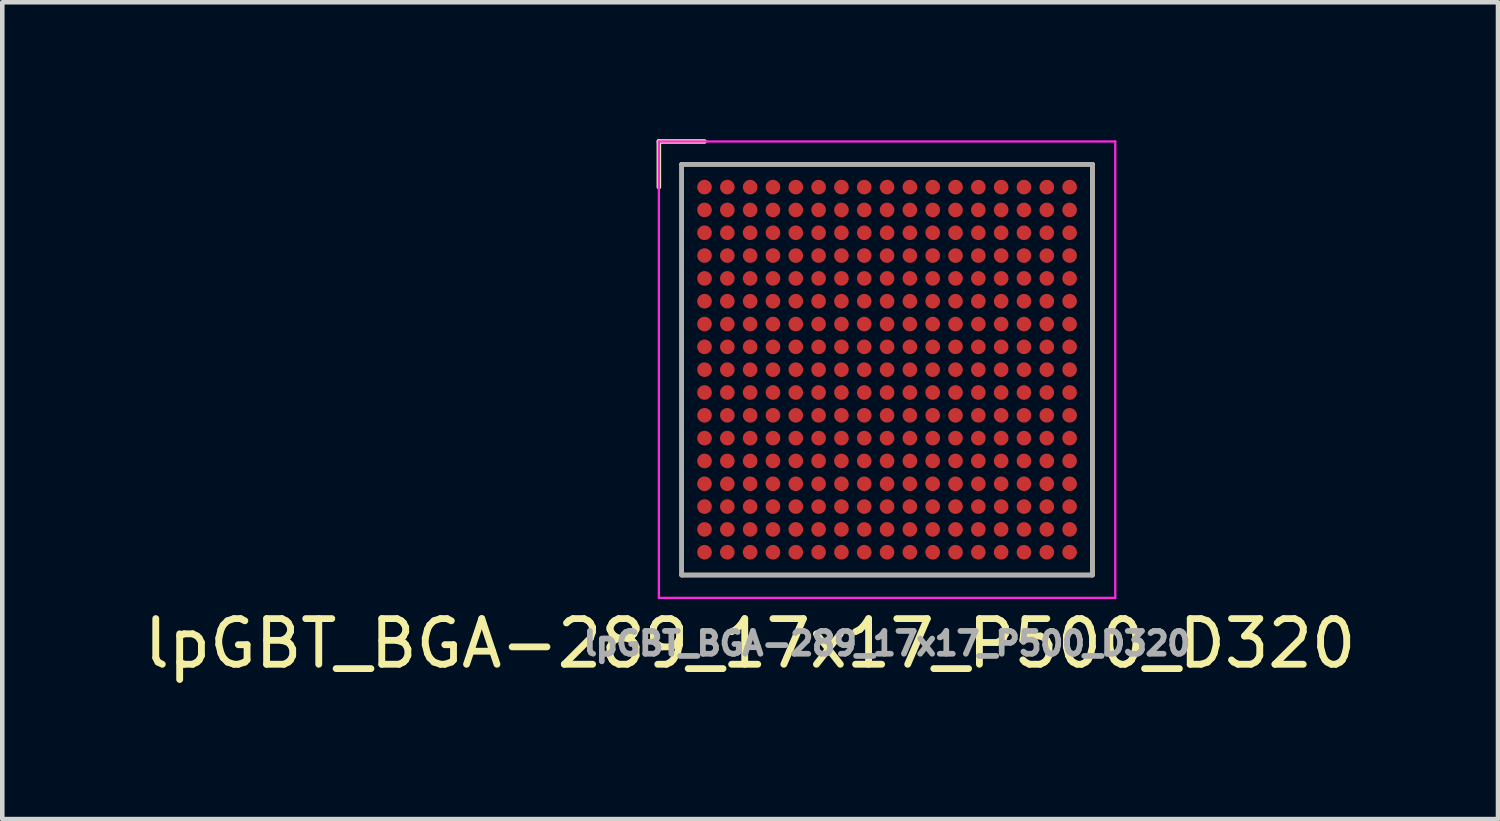
<source format=kicad_pcb>
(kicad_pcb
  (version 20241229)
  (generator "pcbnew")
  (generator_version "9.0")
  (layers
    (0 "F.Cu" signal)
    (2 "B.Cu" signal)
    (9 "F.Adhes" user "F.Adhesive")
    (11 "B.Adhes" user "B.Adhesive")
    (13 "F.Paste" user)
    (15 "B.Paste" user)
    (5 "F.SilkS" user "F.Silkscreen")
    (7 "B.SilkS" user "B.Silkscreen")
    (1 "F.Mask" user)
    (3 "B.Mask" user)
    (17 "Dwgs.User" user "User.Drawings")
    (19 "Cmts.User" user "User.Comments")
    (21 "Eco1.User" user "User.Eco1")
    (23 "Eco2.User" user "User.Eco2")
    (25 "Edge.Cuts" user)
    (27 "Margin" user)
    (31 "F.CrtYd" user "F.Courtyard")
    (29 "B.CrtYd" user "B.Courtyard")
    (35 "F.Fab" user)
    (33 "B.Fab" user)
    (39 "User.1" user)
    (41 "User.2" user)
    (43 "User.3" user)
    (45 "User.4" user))
  (footprint "lpGBT_BGA-289_17x17_P500_D320"
    (layer "F.Cu")
    (at 16.387 5.05)
    (property "Reference" "lpGBT_BGA-289_17x17_P500_D320" (at -3 6 0) (layer "F.SilkS") (effects (font (size 1 1) (thickness 0.15))))
    (attr smd)
    (fp_line (start -5 -5) (end -5 -4) (stroke (width 0.1) (type default)) (layer "F.SilkS"))
    (fp_line (start -5 -5) (end -4 -5) (stroke (width 0.1) (type default)) (layer "F.SilkS"))
    (fp_line (start -4.5 -4.5) (end 4.5 -4.5) (stroke (width 0.1) (type default)) (layer "F.SilkS"))
    (fp_line (start -4.5 4.5) (end -4.5 -4.5) (stroke (width 0.1) (type default)) (layer "F.SilkS"))
    (fp_line (start 4.5 -4.5) (end 4.5 4.5) (stroke (width 0.1) (type default)) (layer "F.SilkS"))
    (fp_line (start 4.5 4.5) (end -4.5 4.5) (stroke (width 0.1) (type default)) (layer "F.SilkS"))
    (fp_line (start -5 -5) (end 5 -5) (stroke (width 0.05) (type default)) (layer "F.CrtYd"))
    (fp_line (start -5 5) (end -5 -5) (stroke (width 0.05) (type default)) (layer "F.CrtYd"))
    (fp_line (start 5 -5) (end 5 5) (stroke (width 0.05) (type default)) (layer "F.CrtYd"))
    (fp_line (start 5 5) (end -5 5) (stroke (width 0.05) (type default)) (layer "F.CrtYd"))
    (fp_line (start -4.5 -4.5) (end 4.5 -4.5) (stroke (width 0.1) (type default)) (layer "F.Fab"))
    (fp_line (start -4.5 4.5) (end -4.5 -4.5) (stroke (width 0.1) (type default)) (layer "F.Fab"))
    (fp_line (start 4.5 -4.5) (end 4.5 4.5) (stroke (width 0.1) (type default)) (layer "F.Fab"))
    (fp_line (start 4.5 4.5) (end -4.5 4.5) (stroke (width 0.1) (type default)) (layer "F.Fab"))
    (fp_text user "${REFERENCE}" (at 0 6 0) (layer "F.Fab") (effects (font (size 0.5 0.5) (thickness 0.125))))
    (pad "A1" smd circle (at -4 -4) (size 0.32 0.32) (property pad_prop_bga) (layers "F.Cu" "F.Mask"))
    (pad "A2" smd circle (at -3.5 -4) (size 0.32 0.32) (property pad_prop_bga) (layers "F.Cu" "F.Mask"))
    (pad "A3" smd circle (at -3 -4) (size 0.32 0.32) (property pad_prop_bga) (layers "F.Cu" "F.Mask"))
    (pad "A4" smd circle (at -2.5 -4) (size 0.32 0.32) (property pad_prop_bga) (layers "F.Cu" "F.Mask"))
    (pad "A5" smd circle (at -2 -4) (size 0.32 0.32) (property pad_prop_bga) (layers "F.Cu" "F.Mask"))
    (pad "A6" smd circle (at -1.5 -4) (size 0.32 0.32) (property pad_prop_bga) (layers "F.Cu" "F.Mask"))
    (pad "A7" smd circle (at -1 -4) (size 0.32 0.32) (property pad_prop_bga) (layers "F.Cu" "F.Mask"))
    (pad "A8" smd circle (at -0.5 -4) (size 0.32 0.32) (property pad_prop_bga) (layers "F.Cu" "F.Mask"))
    (pad "A9" smd circle (at 0 -4) (size 0.32 0.32) (property pad_prop_bga) (layers "F.Cu" "F.Mask"))
    (pad "A10" smd circle (at 0.5 -4) (size 0.32 0.32) (property pad_prop_bga) (layers "F.Cu" "F.Mask"))
    (pad "A11" smd circle (at 1 -4) (size 0.32 0.32) (property pad_prop_bga) (layers "F.Cu" "F.Mask"))
    (pad "A12" smd circle (at 1.5 -4) (size 0.32 0.32) (property pad_prop_bga) (layers "F.Cu" "F.Mask"))
    (pad "A13" smd circle (at 2 -4) (size 0.32 0.32) (property pad_prop_bga) (layers "F.Cu" "F.Mask"))
    (pad "A14" smd circle (at 2.5 -4) (size 0.32 0.32) (property pad_prop_bga) (layers "F.Cu" "F.Mask"))
    (pad "A15" smd circle (at 3 -4) (size 0.32 0.32) (property pad_prop_bga) (layers "F.Cu" "F.Mask"))
    (pad "A16" smd circle (at 3.5 -4) (size 0.32 0.32) (property pad_prop_bga) (layers "F.Cu" "F.Mask"))
    (pad "A17" smd circle (at 4 -4) (size 0.32 0.32) (property pad_prop_bga) (layers "F.Cu" "F.Mask"))
    (pad "B1" smd circle (at -4 -3.5) (size 0.32 0.32) (property pad_prop_bga) (layers "F.Cu" "F.Mask"))
    (pad "B2" smd circle (at -3.5 -3.5) (size 0.32 0.32) (property pad_prop_bga) (layers "F.Cu" "F.Mask"))
    (pad "B3" smd circle (at -3 -3.5) (size 0.32 0.32) (property pad_prop_bga) (layers "F.Cu" "F.Mask"))
    (pad "B4" smd circle (at -2.5 -3.5) (size 0.32 0.32) (property pad_prop_bga) (layers "F.Cu" "F.Mask"))
    (pad "B5" smd circle (at -2 -3.5) (size 0.32 0.32) (property pad_prop_bga) (layers "F.Cu" "F.Mask"))
    (pad "B6" smd circle (at -1.5 -3.5) (size 0.32 0.32) (property pad_prop_bga) (layers "F.Cu" "F.Mask"))
    (pad "B7" smd circle (at -1 -3.5) (size 0.32 0.32) (property pad_prop_bga) (layers "F.Cu" "F.Mask"))
    (pad "B8" smd circle (at -0.5 -3.5) (size 0.32 0.32) (property pad_prop_bga) (layers "F.Cu" "F.Mask"))
    (pad "B9" smd circle (at 0 -3.5) (size 0.32 0.32) (property pad_prop_bga) (layers "F.Cu" "F.Mask"))
    (pad "B10" smd circle (at 0.5 -3.5) (size 0.32 0.32) (property pad_prop_bga) (layers "F.Cu" "F.Mask"))
    (pad "B11" smd circle (at 1 -3.5) (size 0.32 0.32) (property pad_prop_bga) (layers "F.Cu" "F.Mask"))
    (pad "B12" smd circle (at 1.5 -3.5) (size 0.32 0.32) (property pad_prop_bga) (layers "F.Cu" "F.Mask"))
    (pad "B13" smd circle (at 2 -3.5) (size 0.32 0.32) (property pad_prop_bga) (layers "F.Cu" "F.Mask"))
    (pad "B14" smd circle (at 2.5 -3.5) (size 0.32 0.32) (property pad_prop_bga) (layers "F.Cu" "F.Mask"))
    (pad "B15" smd circle (at 3 -3.5) (size 0.32 0.32) (property pad_prop_bga) (layers "F.Cu" "F.Mask"))
    (pad "B16" smd circle (at 3.5 -3.5) (size 0.32 0.32) (property pad_prop_bga) (layers "F.Cu" "F.Mask"))
    (pad "B17" smd circle (at 4 -3.5) (size 0.32 0.32) (property pad_prop_bga) (layers "F.Cu" "F.Mask"))
    (pad "C1" smd circle (at -4 -3) (size 0.32 0.32) (property pad_prop_bga) (layers "F.Cu" "F.Mask"))
    (pad "C2" smd circle (at -3.5 -3) (size 0.32 0.32) (property pad_prop_bga) (layers "F.Cu" "F.Mask"))
    (pad "C3" smd circle (at -3 -3) (size 0.32 0.32) (property pad_prop_bga) (layers "F.Cu" "F.Mask"))
    (pad "C4" smd circle (at -2.5 -3) (size 0.32 0.32) (property pad_prop_bga) (layers "F.Cu" "F.Mask"))
    (pad "C5" smd circle (at -2 -3) (size 0.32 0.32) (property pad_prop_bga) (layers "F.Cu" "F.Mask"))
    (pad "C6" smd circle (at -1.5 -3) (size 0.32 0.32) (property pad_prop_bga) (layers "F.Cu" "F.Mask"))
    (pad "C7" smd circle (at -1 -3) (size 0.32 0.32) (property pad_prop_bga) (layers "F.Cu" "F.Mask"))
    (pad "C8" smd circle (at -0.5 -3) (size 0.32 0.32) (property pad_prop_bga) (layers "F.Cu" "F.Mask"))
    (pad "C9" smd circle (at 0 -3) (size 0.32 0.32) (property pad_prop_bga) (layers "F.Cu" "F.Mask"))
    (pad "C10" smd circle (at 0.5 -3) (size 0.32 0.32) (property pad_prop_bga) (layers "F.Cu" "F.Mask"))
    (pad "C11" smd circle (at 1 -3) (size 0.32 0.32) (property pad_prop_bga) (layers "F.Cu" "F.Mask"))
    (pad "C12" smd circle (at 1.5 -3) (size 0.32 0.32) (property pad_prop_bga) (layers "F.Cu" "F.Mask"))
    (pad "C13" smd circle (at 2 -3) (size 0.32 0.32) (property pad_prop_bga) (layers "F.Cu" "F.Mask"))
    (pad "C14" smd circle (at 2.5 -3) (size 0.32 0.32) (property pad_prop_bga) (layers "F.Cu" "F.Mask"))
    (pad "C15" smd circle (at 3 -3) (size 0.32 0.32) (property pad_prop_bga) (layers "F.Cu" "F.Mask"))
    (pad "C16" smd circle (at 3.5 -3) (size 0.32 0.32) (property pad_prop_bga) (layers "F.Cu" "F.Mask"))
    (pad "C17" smd circle (at 4 -3) (size 0.32 0.32) (property pad_prop_bga) (layers "F.Cu" "F.Mask"))
    (pad "D1" smd circle (at -4 -2.5) (size 0.32 0.32) (property pad_prop_bga) (layers "F.Cu" "F.Mask"))
    (pad "D2" smd circle (at -3.5 -2.5) (size 0.32 0.32) (property pad_prop_bga) (layers "F.Cu" "F.Mask"))
    (pad "D3" smd circle (at -3 -2.5) (size 0.32 0.32) (property pad_prop_bga) (layers "F.Cu" "F.Mask"))
    (pad "D4" smd circle (at -2.5 -2.5) (size 0.32 0.32) (property pad_prop_bga) (layers "F.Cu" "F.Mask"))
    (pad "D5" smd circle (at -2 -2.5) (size 0.32 0.32) (property pad_prop_bga) (layers "F.Cu" "F.Mask"))
    (pad "D6" smd circle (at -1.5 -2.5) (size 0.32 0.32) (property pad_prop_bga) (layers "F.Cu" "F.Mask"))
    (pad "D7" smd circle (at -1 -2.5) (size 0.32 0.32) (property pad_prop_bga) (layers "F.Cu" "F.Mask"))
    (pad "D8" smd circle (at -0.5 -2.5) (size 0.32 0.32) (property pad_prop_bga) (layers "F.Cu" "F.Mask"))
    (pad "D9" smd circle (at 0 -2.5) (size 0.32 0.32) (property pad_prop_bga) (layers "F.Cu" "F.Mask"))
    (pad "D10" smd circle (at 0.5 -2.5) (size 0.32 0.32) (property pad_prop_bga) (layers "F.Cu" "F.Mask"))
    (pad "D11" smd circle (at 1 -2.5) (size 0.32 0.32) (property pad_prop_bga) (layers "F.Cu" "F.Mask"))
    (pad "D12" smd circle (at 1.5 -2.5) (size 0.32 0.32) (property pad_prop_bga) (layers "F.Cu" "F.Mask"))
    (pad "D13" smd circle (at 2 -2.5) (size 0.32 0.32) (property pad_prop_bga) (layers "F.Cu" "F.Mask"))
    (pad "D14" smd circle (at 2.5 -2.5) (size 0.32 0.32) (property pad_prop_bga) (layers "F.Cu" "F.Mask"))
    (pad "D15" smd circle (at 3 -2.5) (size 0.32 0.32) (property pad_prop_bga) (layers "F.Cu" "F.Mask"))
    (pad "D16" smd circle (at 3.5 -2.5) (size 0.32 0.32) (property pad_prop_bga) (layers "F.Cu" "F.Mask"))
    (pad "D17" smd circle (at 4 -2.5) (size 0.32 0.32) (property pad_prop_bga) (layers "F.Cu" "F.Mask"))
    (pad "E1" smd circle (at -4 -2) (size 0.32 0.32) (property pad_prop_bga) (layers "F.Cu" "F.Mask"))
    (pad "E2" smd circle (at -3.5 -2) (size 0.32 0.32) (property pad_prop_bga) (layers "F.Cu" "F.Mask"))
    (pad "E3" smd circle (at -3 -2) (size 0.32 0.32) (property pad_prop_bga) (layers "F.Cu" "F.Mask"))
    (pad "E4" smd circle (at -2.5 -2) (size 0.32 0.32) (property pad_prop_bga) (layers "F.Cu" "F.Mask"))
    (pad "E5" smd circle (at -2 -2) (size 0.32 0.32) (property pad_prop_bga) (layers "F.Cu" "F.Mask"))
    (pad "E6" smd circle (at -1.5 -2) (size 0.32 0.32) (property pad_prop_bga) (layers "F.Cu" "F.Mask"))
    (pad "E7" smd circle (at -1 -2) (size 0.32 0.32) (property pad_prop_bga) (layers "F.Cu" "F.Mask"))
    (pad "E8" smd circle (at -0.5 -2) (size 0.32 0.32) (property pad_prop_bga) (layers "F.Cu" "F.Mask"))
    (pad "E9" smd circle (at 0 -2) (size 0.32 0.32) (property pad_prop_bga) (layers "F.Cu" "F.Mask"))
    (pad "E10" smd circle (at 0.5 -2) (size 0.32 0.32) (property pad_prop_bga) (layers "F.Cu" "F.Mask"))
    (pad "E11" smd circle (at 1 -2) (size 0.32 0.32) (property pad_prop_bga) (layers "F.Cu" "F.Mask"))
    (pad "E12" smd circle (at 1.5 -2) (size 0.32 0.32) (property pad_prop_bga) (layers "F.Cu" "F.Mask"))
    (pad "E13" smd circle (at 2 -2) (size 0.32 0.32) (property pad_prop_bga) (layers "F.Cu" "F.Mask"))
    (pad "E14" smd circle (at 2.5 -2) (size 0.32 0.32) (property pad_prop_bga) (layers "F.Cu" "F.Mask"))
    (pad "E15" smd circle (at 3 -2) (size 0.32 0.32) (property pad_prop_bga) (layers "F.Cu" "F.Mask"))
    (pad "E16" smd circle (at 3.5 -2) (size 0.32 0.32) (property pad_prop_bga) (layers "F.Cu" "F.Mask"))
    (pad "E17" smd circle (at 4 -2) (size 0.32 0.32) (property pad_prop_bga) (layers "F.Cu" "F.Mask"))
    (pad "F1" smd circle (at -4 -1.5) (size 0.32 0.32) (property pad_prop_bga) (layers "F.Cu" "F.Mask"))
    (pad "F2" smd circle (at -3.5 -1.5) (size 0.32 0.32) (property pad_prop_bga) (layers "F.Cu" "F.Mask"))
    (pad "F3" smd circle (at -3 -1.5) (size 0.32 0.32) (property pad_prop_bga) (layers "F.Cu" "F.Mask"))
    (pad "F4" smd circle (at -2.5 -1.5) (size 0.32 0.32) (property pad_prop_bga) (layers "F.Cu" "F.Mask"))
    (pad "F5" smd circle (at -2 -1.5) (size 0.32 0.32) (property pad_prop_bga) (layers "F.Cu" "F.Mask"))
    (pad "F6" smd circle (at -1.5 -1.5) (size 0.32 0.32) (property pad_prop_bga) (layers "F.Cu" "F.Mask"))
    (pad "F7" smd circle (at -1 -1.5) (size 0.32 0.32) (property pad_prop_bga) (layers "F.Cu" "F.Mask"))
    (pad "F8" smd circle (at -0.5 -1.5) (size 0.32 0.32) (property pad_prop_bga) (layers "F.Cu" "F.Mask"))
    (pad "F9" smd circle (at 0 -1.5) (size 0.32 0.32) (property pad_prop_bga) (layers "F.Cu" "F.Mask"))
    (pad "F10" smd circle (at 0.5 -1.5) (size 0.32 0.32) (property pad_prop_bga) (layers "F.Cu" "F.Mask"))
    (pad "F11" smd circle (at 1 -1.5) (size 0.32 0.32) (property pad_prop_bga) (layers "F.Cu" "F.Mask"))
    (pad "F12" smd circle (at 1.5 -1.5) (size 0.32 0.32) (property pad_prop_bga) (layers "F.Cu" "F.Mask"))
    (pad "F13" smd circle (at 2 -1.5) (size 0.32 0.32) (property pad_prop_bga) (layers "F.Cu" "F.Mask"))
    (pad "F14" smd circle (at 2.5 -1.5) (size 0.32 0.32) (property pad_prop_bga) (layers "F.Cu" "F.Mask"))
    (pad "F15" smd circle (at 3 -1.5) (size 0.32 0.32) (property pad_prop_bga) (layers "F.Cu" "F.Mask"))
    (pad "F16" smd circle (at 3.5 -1.5) (size 0.32 0.32) (property pad_prop_bga) (layers "F.Cu" "F.Mask"))
    (pad "F17" smd circle (at 4 -1.5) (size 0.32 0.32) (property pad_prop_bga) (layers "F.Cu" "F.Mask"))
    (pad "G1" smd circle (at -4 -1) (size 0.32 0.32) (property pad_prop_bga) (layers "F.Cu" "F.Mask"))
    (pad "G2" smd circle (at -3.5 -1) (size 0.32 0.32) (property pad_prop_bga) (layers "F.Cu" "F.Mask"))
    (pad "G3" smd circle (at -3 -1) (size 0.32 0.32) (property pad_prop_bga) (layers "F.Cu" "F.Mask"))
    (pad "G4" smd circle (at -2.5 -1) (size 0.32 0.32) (property pad_prop_bga) (layers "F.Cu" "F.Mask"))
    (pad "G5" smd circle (at -2 -1) (size 0.32 0.32) (property pad_prop_bga) (layers "F.Cu" "F.Mask"))
    (pad "G6" smd circle (at -1.5 -1) (size 0.32 0.32) (property pad_prop_bga) (layers "F.Cu" "F.Mask"))
    (pad "G7" smd circle (at -1 -1) (size 0.32 0.32) (property pad_prop_bga) (layers "F.Cu" "F.Mask"))
    (pad "G8" smd circle (at -0.5 -1) (size 0.32 0.32) (property pad_prop_bga) (layers "F.Cu" "F.Mask"))
    (pad "G9" smd circle (at 0 -1) (size 0.32 0.32) (property pad_prop_bga) (layers "F.Cu" "F.Mask"))
    (pad "G10" smd circle (at 0.5 -1) (size 0.32 0.32) (property pad_prop_bga) (layers "F.Cu" "F.Mask"))
    (pad "G11" smd circle (at 1 -1) (size 0.32 0.32) (property pad_prop_bga) (layers "F.Cu" "F.Mask"))
    (pad "G12" smd circle (at 1.5 -1) (size 0.32 0.32) (property pad_prop_bga) (layers "F.Cu" "F.Mask"))
    (pad "G13" smd circle (at 2 -1) (size 0.32 0.32) (property pad_prop_bga) (layers "F.Cu" "F.Mask"))
    (pad "G14" smd circle (at 2.5 -1) (size 0.32 0.32) (property pad_prop_bga) (layers "F.Cu" "F.Mask"))
    (pad "G15" smd circle (at 3 -1) (size 0.32 0.32) (property pad_prop_bga) (layers "F.Cu" "F.Mask"))
    (pad "G16" smd circle (at 3.5 -1) (size 0.32 0.32) (property pad_prop_bga) (layers "F.Cu" "F.Mask"))
    (pad "G17" smd circle (at 4 -1) (size 0.32 0.32) (property pad_prop_bga) (layers "F.Cu" "F.Mask"))
    (pad "H1" smd circle (at -4 -0.5) (size 0.32 0.32) (property pad_prop_bga) (layers "F.Cu" "F.Mask"))
    (pad "H2" smd circle (at -3.5 -0.5) (size 0.32 0.32) (property pad_prop_bga) (layers "F.Cu" "F.Mask"))
    (pad "H3" smd circle (at -3 -0.5) (size 0.32 0.32) (property pad_prop_bga) (layers "F.Cu" "F.Mask"))
    (pad "H4" smd circle (at -2.5 -0.5) (size 0.32 0.32) (property pad_prop_bga) (layers "F.Cu" "F.Mask"))
    (pad "H5" smd circle (at -2 -0.5) (size 0.32 0.32) (property pad_prop_bga) (layers "F.Cu" "F.Mask"))
    (pad "H6" smd circle (at -1.5 -0.5) (size 0.32 0.32) (property pad_prop_bga) (layers "F.Cu" "F.Mask"))
    (pad "H7" smd circle (at -1 -0.5) (size 0.32 0.32) (property pad_prop_bga) (layers "F.Cu" "F.Mask"))
    (pad "H8" smd circle (at -0.5 -0.5) (size 0.32 0.32) (property pad_prop_bga) (layers "F.Cu" "F.Mask"))
    (pad "H9" smd circle (at 0 -0.5) (size 0.32 0.32) (property pad_prop_bga) (layers "F.Cu" "F.Mask"))
    (pad "H10" smd circle (at 0.5 -0.5) (size 0.32 0.32) (property pad_prop_bga) (layers "F.Cu" "F.Mask"))
    (pad "H11" smd circle (at 1 -0.5) (size 0.32 0.32) (property pad_prop_bga) (layers "F.Cu" "F.Mask"))
    (pad "H12" smd circle (at 1.5 -0.5) (size 0.32 0.32) (property pad_prop_bga) (layers "F.Cu" "F.Mask"))
    (pad "H13" smd circle (at 2 -0.5) (size 0.32 0.32) (property pad_prop_bga) (layers "F.Cu" "F.Mask"))
    (pad "H14" smd circle (at 2.5 -0.5) (size 0.32 0.32) (property pad_prop_bga) (layers "F.Cu" "F.Mask"))
    (pad "H15" smd circle (at 3 -0.5) (size 0.32 0.32) (property pad_prop_bga) (layers "F.Cu" "F.Mask"))
    (pad "H16" smd circle (at 3.5 -0.5) (size 0.32 0.32) (property pad_prop_bga) (layers "F.Cu" "F.Mask"))
    (pad "H17" smd circle (at 4 -0.5) (size 0.32 0.32) (property pad_prop_bga) (layers "F.Cu" "F.Mask"))
    (pad "J1" smd circle (at -4 0) (size 0.32 0.32) (property pad_prop_bga) (layers "F.Cu" "F.Mask"))
    (pad "J2" smd circle (at -3.5 0) (size 0.32 0.32) (property pad_prop_bga) (layers "F.Cu" "F.Mask"))
    (pad "J3" smd circle (at -3 0) (size 0.32 0.32) (property pad_prop_bga) (layers "F.Cu" "F.Mask"))
    (pad "J4" smd circle (at -2.5 0) (size 0.32 0.32) (property pad_prop_bga) (layers "F.Cu" "F.Mask"))
    (pad "J5" smd circle (at -2 0) (size 0.32 0.32) (property pad_prop_bga) (layers "F.Cu" "F.Mask"))
    (pad "J6" smd circle (at -1.5 0) (size 0.32 0.32) (property pad_prop_bga) (layers "F.Cu" "F.Mask"))
    (pad "J7" smd circle (at -1 0) (size 0.32 0.32) (property pad_prop_bga) (layers "F.Cu" "F.Mask"))
    (pad "J8" smd circle (at -0.5 0) (size 0.32 0.32) (property pad_prop_bga) (layers "F.Cu" "F.Mask"))
    (pad "J9" smd circle (at 0 0) (size 0.32 0.32) (property pad_prop_bga) (layers "F.Cu" "F.Mask"))
    (pad "J10" smd circle (at 0.5 0) (size 0.32 0.32) (property pad_prop_bga) (layers "F.Cu" "F.Mask"))
    (pad "J11" smd circle (at 1 0) (size 0.32 0.32) (property pad_prop_bga) (layers "F.Cu" "F.Mask"))
    (pad "J12" smd circle (at 1.5 0) (size 0.32 0.32) (property pad_prop_bga) (layers "F.Cu" "F.Mask"))
    (pad "J13" smd circle (at 2 0) (size 0.32 0.32) (property pad_prop_bga) (layers "F.Cu" "F.Mask"))
    (pad "J14" smd circle (at 2.5 0) (size 0.32 0.32) (property pad_prop_bga) (layers "F.Cu" "F.Mask"))
    (pad "J15" smd circle (at 3 0) (size 0.32 0.32) (property pad_prop_bga) (layers "F.Cu" "F.Mask"))
    (pad "J16" smd circle (at 3.5 0) (size 0.32 0.32) (property pad_prop_bga) (layers "F.Cu" "F.Mask"))
    (pad "J17" smd circle (at 4 0) (size 0.32 0.32) (property pad_prop_bga) (layers "F.Cu" "F.Mask"))
    (pad "K1" smd circle (at -4 0.5) (size 0.32 0.32) (property pad_prop_bga) (layers "F.Cu" "F.Mask"))
    (pad "K2" smd circle (at -3.5 0.5) (size 0.32 0.32) (property pad_prop_bga) (layers "F.Cu" "F.Mask"))
    (pad "K3" smd circle (at -3 0.5) (size 0.32 0.32) (property pad_prop_bga) (layers "F.Cu" "F.Mask"))
    (pad "K4" smd circle (at -2.5 0.5) (size 0.32 0.32) (property pad_prop_bga) (layers "F.Cu" "F.Mask"))
    (pad "K5" smd circle (at -2 0.5) (size 0.32 0.32) (property pad_prop_bga) (layers "F.Cu" "F.Mask"))
    (pad "K6" smd circle (at -1.5 0.5) (size 0.32 0.32) (property pad_prop_bga) (layers "F.Cu" "F.Mask"))
    (pad "K7" smd circle (at -1 0.5) (size 0.32 0.32) (property pad_prop_bga) (layers "F.Cu" "F.Mask"))
    (pad "K8" smd circle (at -0.5 0.5) (size 0.32 0.32) (property pad_prop_bga) (layers "F.Cu" "F.Mask"))
    (pad "K9" smd circle (at 0 0.5) (size 0.32 0.32) (property pad_prop_bga) (layers "F.Cu" "F.Mask"))
    (pad "K10" smd circle (at 0.5 0.5) (size 0.32 0.32) (property pad_prop_bga) (layers "F.Cu" "F.Mask"))
    (pad "K11" smd circle (at 1 0.5) (size 0.32 0.32) (property pad_prop_bga) (layers "F.Cu" "F.Mask"))
    (pad "K12" smd circle (at 1.5 0.5) (size 0.32 0.32) (property pad_prop_bga) (layers "F.Cu" "F.Mask"))
    (pad "K13" smd circle (at 2 0.5) (size 0.32 0.32) (property pad_prop_bga) (layers "F.Cu" "F.Mask"))
    (pad "K14" smd circle (at 2.5 0.5) (size 0.32 0.32) (property pad_prop_bga) (layers "F.Cu" "F.Mask"))
    (pad "K15" smd circle (at 3 0.5) (size 0.32 0.32) (property pad_prop_bga) (layers "F.Cu" "F.Mask"))
    (pad "K16" smd circle (at 3.5 0.5) (size 0.32 0.32) (property pad_prop_bga) (layers "F.Cu" "F.Mask"))
    (pad "K17" smd circle (at 4 0.5) (size 0.32 0.32) (property pad_prop_bga) (layers "F.Cu" "F.Mask"))
    (pad "L1" smd circle (at -4 1) (size 0.32 0.32) (property pad_prop_bga) (layers "F.Cu" "F.Mask"))
    (pad "L2" smd circle (at -3.5 1) (size 0.32 0.32) (property pad_prop_bga) (layers "F.Cu" "F.Mask"))
    (pad "L3" smd circle (at -3 1) (size 0.32 0.32) (property pad_prop_bga) (layers "F.Cu" "F.Mask"))
    (pad "L4" smd circle (at -2.5 1) (size 0.32 0.32) (property pad_prop_bga) (layers "F.Cu" "F.Mask"))
    (pad "L5" smd circle (at -2 1) (size 0.32 0.32) (property pad_prop_bga) (layers "F.Cu" "F.Mask"))
    (pad "L6" smd circle (at -1.5 1) (size 0.32 0.32) (property pad_prop_bga) (layers "F.Cu" "F.Mask"))
    (pad "L7" smd circle (at -1 1) (size 0.32 0.32) (property pad_prop_bga) (layers "F.Cu" "F.Mask"))
    (pad "L8" smd circle (at -0.5 1) (size 0.32 0.32) (property pad_prop_bga) (layers "F.Cu" "F.Mask"))
    (pad "L9" smd circle (at 0 1) (size 0.32 0.32) (property pad_prop_bga) (layers "F.Cu" "F.Mask"))
    (pad "L10" smd circle (at 0.5 1) (size 0.32 0.32) (property pad_prop_bga) (layers "F.Cu" "F.Mask"))
    (pad "L11" smd circle (at 1 1) (size 0.32 0.32) (property pad_prop_bga) (layers "F.Cu" "F.Mask"))
    (pad "L12" smd circle (at 1.5 1) (size 0.32 0.32) (property pad_prop_bga) (layers "F.Cu" "F.Mask"))
    (pad "L13" smd circle (at 2 1) (size 0.32 0.32) (property pad_prop_bga) (layers "F.Cu" "F.Mask"))
    (pad "L14" smd circle (at 2.5 1) (size 0.32 0.32) (property pad_prop_bga) (layers "F.Cu" "F.Mask"))
    (pad "L15" smd circle (at 3 1) (size 0.32 0.32) (property pad_prop_bga) (layers "F.Cu" "F.Mask"))
    (pad "L16" smd circle (at 3.5 1) (size 0.32 0.32) (property pad_prop_bga) (layers "F.Cu" "F.Mask"))
    (pad "L17" smd circle (at 4 1) (size 0.32 0.32) (property pad_prop_bga) (layers "F.Cu" "F.Mask"))
    (pad "M1" smd circle (at -4 1.5) (size 0.32 0.32) (property pad_prop_bga) (layers "F.Cu" "F.Mask"))
    (pad "M2" smd circle (at -3.5 1.5) (size 0.32 0.32) (property pad_prop_bga) (layers "F.Cu" "F.Mask"))
    (pad "M3" smd circle (at -3 1.5) (size 0.32 0.32) (property pad_prop_bga) (layers "F.Cu" "F.Mask"))
    (pad "M4" smd circle (at -2.5 1.5) (size 0.32 0.32) (property pad_prop_bga) (layers "F.Cu" "F.Mask"))
    (pad "M5" smd circle (at -2 1.5) (size 0.32 0.32) (property pad_prop_bga) (layers "F.Cu" "F.Mask"))
    (pad "M6" smd circle (at -1.5 1.5) (size 0.32 0.32) (property pad_prop_bga) (layers "F.Cu" "F.Mask"))
    (pad "M7" smd circle (at -1 1.5) (size 0.32 0.32) (property pad_prop_bga) (layers "F.Cu" "F.Mask"))
    (pad "M8" smd circle (at -0.5 1.5) (size 0.32 0.32) (property pad_prop_bga) (layers "F.Cu" "F.Mask"))
    (pad "M9" smd circle (at 0 1.5) (size 0.32 0.32) (property pad_prop_bga) (layers "F.Cu" "F.Mask"))
    (pad "M10" smd circle (at 0.5 1.5) (size 0.32 0.32) (property pad_prop_bga) (layers "F.Cu" "F.Mask"))
    (pad "M11" smd circle (at 1 1.5) (size 0.32 0.32) (property pad_prop_bga) (layers "F.Cu" "F.Mask"))
    (pad "M12" smd circle (at 1.5 1.5) (size 0.32 0.32) (property pad_prop_bga) (layers "F.Cu" "F.Mask"))
    (pad "M13" smd circle (at 2 1.5) (size 0.32 0.32) (property pad_prop_bga) (layers "F.Cu" "F.Mask"))
    (pad "M14" smd circle (at 2.5 1.5) (size 0.32 0.32) (property pad_prop_bga) (layers "F.Cu" "F.Mask"))
    (pad "M15" smd circle (at 3 1.5) (size 0.32 0.32) (property pad_prop_bga) (layers "F.Cu" "F.Mask"))
    (pad "M16" smd circle (at 3.5 1.5) (size 0.32 0.32) (property pad_prop_bga) (layers "F.Cu" "F.Mask"))
    (pad "M17" smd circle (at 4 1.5) (size 0.32 0.32) (property pad_prop_bga) (layers "F.Cu" "F.Mask"))
    (pad "N1" smd circle (at -4 2) (size 0.32 0.32) (property pad_prop_bga) (layers "F.Cu" "F.Mask"))
    (pad "N2" smd circle (at -3.5 2) (size 0.32 0.32) (property pad_prop_bga) (layers "F.Cu" "F.Mask"))
    (pad "N3" smd circle (at -3 2) (size 0.32 0.32) (property pad_prop_bga) (layers "F.Cu" "F.Mask"))
    (pad "N4" smd circle (at -2.5 2) (size 0.32 0.32) (property pad_prop_bga) (layers "F.Cu" "F.Mask"))
    (pad "N5" smd circle (at -2 2) (size 0.32 0.32) (property pad_prop_bga) (layers "F.Cu" "F.Mask"))
    (pad "N6" smd circle (at -1.5 2) (size 0.32 0.32) (property pad_prop_bga) (layers "F.Cu" "F.Mask"))
    (pad "N7" smd circle (at -1 2) (size 0.32 0.32) (property pad_prop_bga) (layers "F.Cu" "F.Mask"))
    (pad "N8" smd circle (at -0.5 2) (size 0.32 0.32) (property pad_prop_bga) (layers "F.Cu" "F.Mask"))
    (pad "N9" smd circle (at 0 2) (size 0.32 0.32) (property pad_prop_bga) (layers "F.Cu" "F.Mask"))
    (pad "N10" smd circle (at 0.5 2) (size 0.32 0.32) (property pad_prop_bga) (layers "F.Cu" "F.Mask"))
    (pad "N11" smd circle (at 1 2) (size 0.32 0.32) (property pad_prop_bga) (layers "F.Cu" "F.Mask"))
    (pad "N12" smd circle (at 1.5 2) (size 0.32 0.32) (property pad_prop_bga) (layers "F.Cu" "F.Mask"))
    (pad "N13" smd circle (at 2 2) (size 0.32 0.32) (property pad_prop_bga) (layers "F.Cu" "F.Mask"))
    (pad "N14" smd circle (at 2.5 2) (size 0.32 0.32) (property pad_prop_bga) (layers "F.Cu" "F.Mask"))
    (pad "N15" smd circle (at 3 2) (size 0.32 0.32) (property pad_prop_bga) (layers "F.Cu" "F.Mask"))
    (pad "N16" smd circle (at 3.5 2) (size 0.32 0.32) (property pad_prop_bga) (layers "F.Cu" "F.Mask"))
    (pad "N17" smd circle (at 4 2) (size 0.32 0.32) (property pad_prop_bga) (layers "F.Cu" "F.Mask"))
    (pad "P1" smd circle (at -4 2.5) (size 0.32 0.32) (property pad_prop_bga) (layers "F.Cu" "F.Mask"))
    (pad "P2" smd circle (at -3.5 2.5) (size 0.32 0.32) (property pad_prop_bga) (layers "F.Cu" "F.Mask"))
    (pad "P3" smd circle (at -3 2.5) (size 0.32 0.32) (property pad_prop_bga) (layers "F.Cu" "F.Mask"))
    (pad "P4" smd circle (at -2.5 2.5) (size 0.32 0.32) (property pad_prop_bga) (layers "F.Cu" "F.Mask"))
    (pad "P5" smd circle (at -2 2.5) (size 0.32 0.32) (property pad_prop_bga) (layers "F.Cu" "F.Mask"))
    (pad "P6" smd circle (at -1.5 2.5) (size 0.32 0.32) (property pad_prop_bga) (layers "F.Cu" "F.Mask"))
    (pad "P7" smd circle (at -1 2.5) (size 0.32 0.32) (property pad_prop_bga) (layers "F.Cu" "F.Mask"))
    (pad "P8" smd circle (at -0.5 2.5) (size 0.32 0.32) (property pad_prop_bga) (layers "F.Cu" "F.Mask"))
    (pad "P9" smd circle (at 0 2.5) (size 0.32 0.32) (property pad_prop_bga) (layers "F.Cu" "F.Mask"))
    (pad "P10" smd circle (at 0.5 2.5) (size 0.32 0.32) (property pad_prop_bga) (layers "F.Cu" "F.Mask"))
    (pad "P11" smd circle (at 1 2.5) (size 0.32 0.32) (property pad_prop_bga) (layers "F.Cu" "F.Mask"))
    (pad "P12" smd circle (at 1.5 2.5) (size 0.32 0.32) (property pad_prop_bga) (layers "F.Cu" "F.Mask"))
    (pad "P13" smd circle (at 2 2.5) (size 0.32 0.32) (property pad_prop_bga) (layers "F.Cu" "F.Mask"))
    (pad "P14" smd circle (at 2.5 2.5) (size 0.32 0.32) (property pad_prop_bga) (layers "F.Cu" "F.Mask"))
    (pad "P15" smd circle (at 3 2.5) (size 0.32 0.32) (property pad_prop_bga) (layers "F.Cu" "F.Mask"))
    (pad "P16" smd circle (at 3.5 2.5) (size 0.32 0.32) (property pad_prop_bga) (layers "F.Cu" "F.Mask"))
    (pad "P17" smd circle (at 4 2.5) (size 0.32 0.32) (property pad_prop_bga) (layers "F.Cu" "F.Mask"))
    (pad "R1" smd circle (at -4 3) (size 0.32 0.32) (property pad_prop_bga) (layers "F.Cu" "F.Mask"))
    (pad "R2" smd circle (at -3.5 3) (size 0.32 0.32) (property pad_prop_bga) (layers "F.Cu" "F.Mask"))
    (pad "R3" smd circle (at -3 3) (size 0.32 0.32) (property pad_prop_bga) (layers "F.Cu" "F.Mask"))
    (pad "R4" smd circle (at -2.5 3) (size 0.32 0.32) (property pad_prop_bga) (layers "F.Cu" "F.Mask"))
    (pad "R5" smd circle (at -2 3) (size 0.32 0.32) (property pad_prop_bga) (layers "F.Cu" "F.Mask"))
    (pad "R6" smd circle (at -1.5 3) (size 0.32 0.32) (property pad_prop_bga) (layers "F.Cu" "F.Mask"))
    (pad "R7" smd circle (at -1 3) (size 0.32 0.32) (property pad_prop_bga) (layers "F.Cu" "F.Mask"))
    (pad "R8" smd circle (at -0.5 3) (size 0.32 0.32) (property pad_prop_bga) (layers "F.Cu" "F.Mask"))
    (pad "R9" smd circle (at 0 3) (size 0.32 0.32) (property pad_prop_bga) (layers "F.Cu" "F.Mask"))
    (pad "R10" smd circle (at 0.5 3) (size 0.32 0.32) (property pad_prop_bga) (layers "F.Cu" "F.Mask"))
    (pad "R11" smd circle (at 1 3) (size 0.32 0.32) (property pad_prop_bga) (layers "F.Cu" "F.Mask"))
    (pad "R12" smd circle (at 1.5 3) (size 0.32 0.32) (property pad_prop_bga) (layers "F.Cu" "F.Mask"))
    (pad "R13" smd circle (at 2 3) (size 0.32 0.32) (property pad_prop_bga) (layers "F.Cu" "F.Mask"))
    (pad "R14" smd circle (at 2.5 3) (size 0.32 0.32) (property pad_prop_bga) (layers "F.Cu" "F.Mask"))
    (pad "R15" smd circle (at 3 3) (size 0.32 0.32) (property pad_prop_bga) (layers "F.Cu" "F.Mask"))
    (pad "R16" smd circle (at 3.5 3) (size 0.32 0.32) (property pad_prop_bga) (layers "F.Cu" "F.Mask"))
    (pad "R17" smd circle (at 4 3) (size 0.32 0.32) (property pad_prop_bga) (layers "F.Cu" "F.Mask"))
    (pad "T1" smd circle (at -4 3.5) (size 0.32 0.32) (property pad_prop_bga) (layers "F.Cu" "F.Mask"))
    (pad "T2" smd circle (at -3.5 3.5) (size 0.32 0.32) (property pad_prop_bga) (layers "F.Cu" "F.Mask"))
    (pad "T3" smd circle (at -3 3.5) (size 0.32 0.32) (property pad_prop_bga) (layers "F.Cu" "F.Mask"))
    (pad "T4" smd circle (at -2.5 3.5) (size 0.32 0.32) (property pad_prop_bga) (layers "F.Cu" "F.Mask"))
    (pad "T5" smd circle (at -2 3.5) (size 0.32 0.32) (property pad_prop_bga) (layers "F.Cu" "F.Mask"))
    (pad "T6" smd circle (at -1.5 3.5) (size 0.32 0.32) (property pad_prop_bga) (layers "F.Cu" "F.Mask"))
    (pad "T7" smd circle (at -1 3.5) (size 0.32 0.32) (property pad_prop_bga) (layers "F.Cu" "F.Mask"))
    (pad "T8" smd circle (at -0.5 3.5) (size 0.32 0.32) (property pad_prop_bga) (layers "F.Cu" "F.Mask"))
    (pad "T9" smd circle (at 0 3.5) (size 0.32 0.32) (property pad_prop_bga) (layers "F.Cu" "F.Mask"))
    (pad "T10" smd circle (at 0.5 3.5) (size 0.32 0.32) (property pad_prop_bga) (layers "F.Cu" "F.Mask"))
    (pad "T11" smd circle (at 1 3.5) (size 0.32 0.32) (property pad_prop_bga) (layers "F.Cu" "F.Mask"))
    (pad "T12" smd circle (at 1.5 3.5) (size 0.32 0.32) (property pad_prop_bga) (layers "F.Cu" "F.Mask"))
    (pad "T13" smd circle (at 2 3.5) (size 0.32 0.32) (property pad_prop_bga) (layers "F.Cu" "F.Mask"))
    (pad "T14" smd circle (at 2.5 3.5) (size 0.32 0.32) (property pad_prop_bga) (layers "F.Cu" "F.Mask"))
    (pad "T15" smd circle (at 3 3.5) (size 0.32 0.32) (property pad_prop_bga) (layers "F.Cu" "F.Mask"))
    (pad "T16" smd circle (at 3.5 3.5) (size 0.32 0.32) (property pad_prop_bga) (layers "F.Cu" "F.Mask"))
    (pad "T17" smd circle (at 4 3.5) (size 0.32 0.32) (property pad_prop_bga) (layers "F.Cu" "F.Mask"))
    (pad "U1" smd circle (at -4 4) (size 0.32 0.32) (property pad_prop_bga) (layers "F.Cu" "F.Mask"))
    (pad "U2" smd circle (at -3.5 4) (size 0.32 0.32) (property pad_prop_bga) (layers "F.Cu" "F.Mask"))
    (pad "U3" smd circle (at -3 4) (size 0.32 0.32) (property pad_prop_bga) (layers "F.Cu" "F.Mask"))
    (pad "U4" smd circle (at -2.5 4) (size 0.32 0.32) (property pad_prop_bga) (layers "F.Cu" "F.Mask"))
    (pad "U5" smd circle (at -2 4) (size 0.32 0.32) (property pad_prop_bga) (layers "F.Cu" "F.Mask"))
    (pad "U6" smd circle (at -1.5 4) (size 0.32 0.32) (property pad_prop_bga) (layers "F.Cu" "F.Mask"))
    (pad "U7" smd circle (at -1 4) (size 0.32 0.32) (property pad_prop_bga) (layers "F.Cu" "F.Mask"))
    (pad "U8" smd circle (at -0.5 4) (size 0.32 0.32) (property pad_prop_bga) (layers "F.Cu" "F.Mask"))
    (pad "U9" smd circle (at 0 4) (size 0.32 0.32) (property pad_prop_bga) (layers "F.Cu" "F.Mask"))
    (pad "U10" smd circle (at 0.5 4) (size 0.32 0.32) (property pad_prop_bga) (layers "F.Cu" "F.Mask"))
    (pad "U11" smd circle (at 1 4) (size 0.32 0.32) (property pad_prop_bga) (layers "F.Cu" "F.Mask"))
    (pad "U12" smd circle (at 1.5 4) (size 0.32 0.32) (property pad_prop_bga) (layers "F.Cu" "F.Mask"))
    (pad "U13" smd circle (at 2 4) (size 0.32 0.32) (property pad_prop_bga) (layers "F.Cu" "F.Mask"))
    (pad "U14" smd circle (at 2.5 4) (size 0.32 0.32) (property pad_prop_bga) (layers "F.Cu" "F.Mask"))
    (pad "U15" smd circle (at 3 4) (size 0.32 0.32) (property pad_prop_bga) (layers "F.Cu" "F.Mask"))
    (pad "U16" smd circle (at 3.5 4) (size 0.32 0.32) (property pad_prop_bga) (layers "F.Cu" "F.Mask"))
    (pad "U17" smd circle (at 4 4) (size 0.32 0.32) (property pad_prop_bga) (layers "F.Cu" "F.Mask")))
  (gr_rect
    (start -3 -3)
    (end 29.774 14.898)
    (stroke (width 0.1) (type default))
    (fill no)
    (layer "Edge.Cuts")))
</source>
